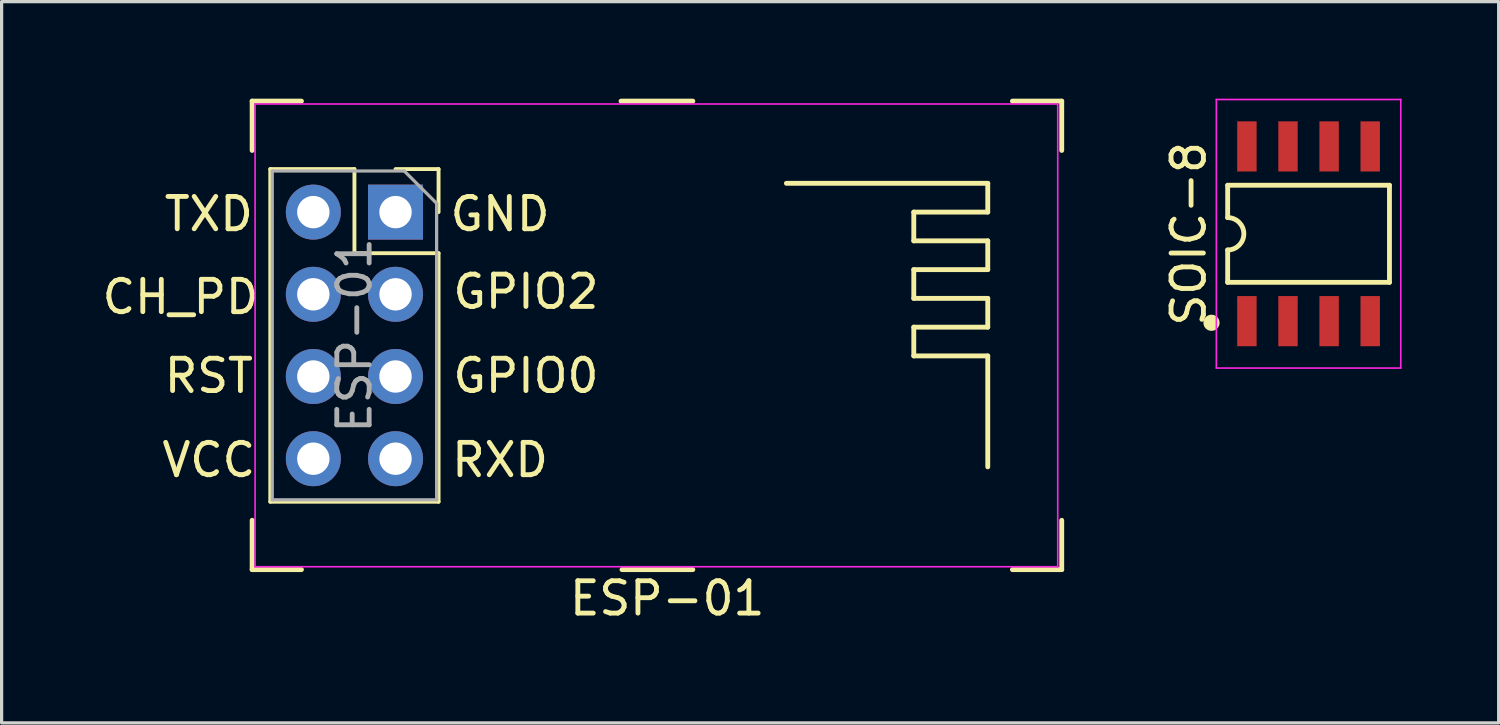
<source format=kicad_pcb>
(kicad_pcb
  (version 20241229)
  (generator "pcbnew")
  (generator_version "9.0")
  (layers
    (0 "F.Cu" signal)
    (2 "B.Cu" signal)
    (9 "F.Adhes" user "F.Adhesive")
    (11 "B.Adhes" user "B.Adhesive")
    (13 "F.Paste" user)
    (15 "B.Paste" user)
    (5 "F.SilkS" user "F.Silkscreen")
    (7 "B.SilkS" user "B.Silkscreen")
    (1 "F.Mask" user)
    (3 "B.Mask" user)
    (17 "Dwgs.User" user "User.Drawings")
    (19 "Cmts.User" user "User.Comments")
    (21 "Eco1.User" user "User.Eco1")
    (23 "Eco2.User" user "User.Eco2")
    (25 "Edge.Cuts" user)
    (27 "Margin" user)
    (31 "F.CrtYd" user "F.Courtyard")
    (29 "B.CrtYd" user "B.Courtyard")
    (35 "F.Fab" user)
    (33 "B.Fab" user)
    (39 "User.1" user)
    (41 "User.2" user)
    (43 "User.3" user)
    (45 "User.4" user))
  (footprint "SOIC-8"
    (layer "F.Cu")
    (at 37.389 4.175)
    (property "Reference" "SOIC-8" (at -3.705 0 90) (layer "F.SilkS") (effects (font (size 1 1) (thickness 0.15))))
    (attr smd)
    (fp_line (start -2.5 -1.5) (end 2.5 -1.5) (stroke (width 0.15) (type solid)) (layer "F.SilkS"))
    (fp_line (start -2.5 -0.5) (end -2.5 -1.5) (stroke (width 0.15) (type solid)) (layer "F.SilkS"))
    (fp_line (start -2.5 1.5) (end -2.5 0.5) (stroke (width 0.15) (type solid)) (layer "F.SilkS"))
    (fp_line (start 2.5 -1.5) (end 2.5 1.5) (stroke (width 0.15) (type solid)) (layer "F.SilkS"))
    (fp_line (start 2.5 1.5) (end -2.5 1.5) (stroke (width 0.15) (type solid)) (layer "F.SilkS"))
    (fp_arc (start -2.5 -0.5) (mid -2 0) (end -2.5 0.5) (stroke (width 0.15) (type solid)) (layer "F.SilkS"))
    (fp_circle (center -3 2.75) (end -2.875 2.75) (stroke (width 0.25) (type solid)) (fill no) (layer "F.SilkS"))
    (fp_line (start -2.85 -4.15) (end 2.85 -4.15) (stroke (width 0.05) (type solid)) (layer "F.CrtYd"))
    (fp_line (start -2.85 4.15) (end -2.85 -4.15) (stroke (width 0.05) (type solid)) (layer "F.CrtYd"))
    (fp_line (start 2.85 -4.15) (end 2.85 4.15) (stroke (width 0.05) (type solid)) (layer "F.CrtYd"))
    (fp_line (start 2.85 4.15) (end -2.85 4.15) (stroke (width 0.05) (type solid)) (layer "F.CrtYd"))
    (pad "1" smd rect (at -1.905 2.7) (size 0.6 1.55) (layers "F.Cu" "F.Mask" "F.Paste"))
    (pad "2" smd rect (at -0.635 2.7) (size 0.6 1.55) (layers "F.Cu" "F.Mask" "F.Paste"))
    (pad "3" smd rect (at 0.635 2.7) (size 0.6 1.55) (layers "F.Cu" "F.Mask" "F.Paste"))
    (pad "4" smd rect (at 1.905 2.7) (size 0.6 1.55) (layers "F.Cu" "F.Mask" "F.Paste"))
    (pad "5" smd rect (at 1.905 -2.7) (size 0.6 1.55) (layers "F.Cu" "F.Mask" "F.Paste"))
    (pad "6" smd rect (at 0.635 -2.7) (size 0.6 1.55) (layers "F.Cu" "F.Mask" "F.Paste"))
    (pad "7" smd rect (at -0.635 -2.7) (size 0.6 1.55) (layers "F.Cu" "F.Mask" "F.Paste"))
    (pad "8" smd rect (at -1.905 -2.7) (size 0.6 1.55) (layers "F.Cu" "F.Mask" "F.Paste")))
  (footprint "ESP-01"
    (layer "F.Cu")
    (at 7.917 7.314)
    (property "Reference" "ESP-01" (at 9.652 8.128 0) (layer "F.SilkS") (effects (font (size 1 1) (thickness 0.15))))
    (attr through_hole)
    (fp_line (start -3.175 -7.239) (end -3.175 -5.715) (stroke (width 0.15) (type solid)) (layer "F.SilkS"))
    (fp_line (start -3.175 5.715) (end -3.175 7.239) (stroke (width 0.15) (type solid)) (layer "F.SilkS"))
    (fp_line (start -3.175 7.239) (end -1.651 7.239) (stroke (width 0.15) (type solid)) (layer "F.SilkS"))
    (fp_line (start -2.614 -5.139) (end -2.614 5.141) (stroke (width 0.12) (type solid)) (layer "F.SilkS"))
    (fp_line (start -2.614 -5.139) (end -0.014 -5.139) (stroke (width 0.12) (type solid)) (layer "F.SilkS"))
    (fp_line (start -2.614 5.141) (end 2.586 5.141) (stroke (width 0.12) (type solid)) (layer "F.SilkS"))
    (fp_line (start -1.651 -7.239) (end -3.175 -7.239) (stroke (width 0.15) (type solid)) (layer "F.SilkS"))
    (fp_line (start -0.014 -5.139) (end -0.014 -2.539) (stroke (width 0.12) (type solid)) (layer "F.SilkS"))
    (fp_line (start -0.014 -2.539) (end 2.586 -2.539) (stroke (width 0.12) (type solid)) (layer "F.SilkS"))
    (fp_line (start 1.256 -5.139) (end 2.586 -5.139) (stroke (width 0.12) (type solid)) (layer "F.SilkS"))
    (fp_line (start 2.586 -5.139) (end 2.586 -3.809) (stroke (width 0.12) (type solid)) (layer "F.SilkS"))
    (fp_line (start 2.586 -2.539) (end 2.586 5.141) (stroke (width 0.12) (type solid)) (layer "F.SilkS"))
    (fp_line (start 10.444 -7.239) (end 8.225 -7.239) (stroke (width 0.15) (type solid)) (layer "F.SilkS"))
    (fp_line (start 10.444 7.239) (end 8.255 7.239) (stroke (width 0.15) (type solid)) (layer "F.SilkS"))
    (fp_line (start 13.335 -4.699) (end 19.558 -4.699) (stroke (width 0.15) (type solid)) (layer "F.SilkS"))
    (fp_line (start 17.272 -3.81) (end 17.272 -2.921) (stroke (width 0.15) (type solid)) (layer "F.SilkS"))
    (fp_line (start 17.272 -2.921) (end 19.558 -2.921) (stroke (width 0.15) (type solid)) (layer "F.SilkS"))
    (fp_line (start 17.272 -2.032) (end 19.558 -2.032) (stroke (width 0.15) (type solid)) (layer "F.SilkS"))
    (fp_line (start 17.272 -1.143) (end 17.272 -2.032) (stroke (width 0.15) (type solid)) (layer "F.SilkS"))
    (fp_line (start 17.272 -1.143) (end 19.558 -1.143) (stroke (width 0.15) (type solid)) (layer "F.SilkS"))
    (fp_line (start 17.272 -0.254) (end 17.272 0.635) (stroke (width 0.15) (type solid)) (layer "F.SilkS"))
    (fp_line (start 17.272 -0.254) (end 19.558 -0.254) (stroke (width 0.15) (type solid)) (layer "F.SilkS"))
    (fp_line (start 19.558 -4.699) (end 19.558 -3.81) (stroke (width 0.15) (type solid)) (layer "F.SilkS"))
    (fp_line (start 19.558 -3.81) (end 17.272 -3.81) (stroke (width 0.15) (type solid)) (layer "F.SilkS"))
    (fp_line (start 19.558 -2.032) (end 19.558 -2.921) (stroke (width 0.15) (type solid)) (layer "F.SilkS"))
    (fp_line (start 19.558 -0.254) (end 19.558 -1.143) (stroke (width 0.15) (type solid)) (layer "F.SilkS"))
    (fp_line (start 19.558 0.635) (end 17.272 0.635) (stroke (width 0.15) (type solid)) (layer "F.SilkS"))
    (fp_line (start 19.558 0.635) (end 19.558 4.064) (stroke (width 0.15) (type solid)) (layer "F.SilkS"))
    (fp_line (start 20.32 7.239) (end 21.844 7.239) (stroke (width 0.15) (type solid)) (layer "F.SilkS"))
    (fp_line (start 21.844 -7.239) (end 20.32 -7.239) (stroke (width 0.15) (type solid)) (layer "F.SilkS"))
    (fp_line (start 21.844 -5.715) (end 21.844 -7.239) (stroke (width 0.15) (type solid)) (layer "F.SilkS"))
    (fp_line (start 21.844 7.239) (end 21.844 5.715) (stroke (width 0.15) (type solid)) (layer "F.SilkS"))
    (fp_line (start -3.084 -7.15) (end 21.72 -7.15) (stroke (width 0.05) (type solid)) (layer "F.CrtYd"))
    (fp_line (start -3.084 7.15) (end -3.084 -7.15) (stroke (width 0.05) (type solid)) (layer "F.CrtYd"))
    (fp_line (start -3.084 7.15) (end 21.72 7.15) (stroke (width 0.05) (type solid)) (layer "F.CrtYd"))
    (fp_line (start 21.72 -7.15) (end 21.72 7.15) (stroke (width 0.05) (type solid)) (layer "F.CrtYd"))
    (fp_line (start -2.554 -5.079) (end 1.526 -5.079) (stroke (width 0.1) (type solid)) (layer "F.Fab"))
    (fp_line (start -2.554 5.081) (end -2.554 -5.079) (stroke (width 0.1) (type solid)) (layer "F.Fab"))
    (fp_line (start 1.526 -5.079) (end 2.526 -4.079) (stroke (width 0.1) (type solid)) (layer "F.Fab"))
    (fp_line (start 2.526 -4.079) (end 2.526 5.081) (stroke (width 0.1) (type solid)) (layer "F.Fab"))
    (fp_line (start 2.526 5.081) (end -2.554 5.081) (stroke (width 0.1) (type solid)) (layer "F.Fab"))
    (fp_text user "RST" (at -4.514 1.251 0) (layer "F.SilkS") (effects (font (size 1 1) (thickness 0.15))))
    (fp_text user "GPIO2" (at 5.286 -1.349 0) (layer "F.SilkS") (effects (font (size 1 1) (thickness 0.15))))
    (fp_text user "TXD" (at -4.514 -3.749 0) (layer "F.SilkS") (effects (font (size 1 1) (thickness 0.15))))
    (fp_text user "GND" (at 4.486 -3.749 0) (layer "F.SilkS") (effects (font (size 1 1) (thickness 0.15))))
    (fp_text user "GPIO0" (at 5.286 1.251 0) (layer "F.SilkS") (effects (font (size 1 1) (thickness 0.15))))
    (fp_text user "RXD" (at 4.486 3.851 0) (layer "F.SilkS") (effects (font (size 1 1) (thickness 0.15))))
    (fp_text user "CH_PD" (at -5.387 -1.187 0) (layer "F.SilkS") (effects (font (size 1 1) (thickness 0.15))))
    (fp_text user "VCC" (at -4.514 3.851 0) (layer "F.SilkS") (effects (font (size 1 1) (thickness 0.15))))
    (fp_text user "${REFERENCE}" (at -0.014 0.001 90) (layer "F.Fab") (effects (font (size 1 1) (thickness 0.15))))
    (pad "1" thru_hole rect (at 1.256 -3.809) (size 1.7 1.7) (drill 1) (layers "*.Cu" "*.Mask"))
    (pad "2" thru_hole oval (at 1.256 -1.269) (size 1.7 1.7) (drill 1) (layers "*.Cu" "*.Mask"))
    (pad "3" thru_hole oval (at 1.256 1.271) (size 1.7 1.7) (drill 1) (layers "*.Cu" "*.Mask"))
    (pad "4" thru_hole oval (at 1.256 3.811) (size 1.7 1.7) (drill 1) (layers "*.Cu" "*.Mask"))
    (pad "5" thru_hole oval (at -1.284 3.811) (size 1.7 1.7) (drill 1) (layers "*.Cu" "*.Mask"))
    (pad "6" thru_hole oval (at -1.284 1.271) (size 1.7 1.7) (drill 1) (layers "*.Cu" "*.Mask"))
    (pad "7" thru_hole oval (at -1.284 -1.269) (size 1.7 1.7) (drill 1) (layers "*.Cu" "*.Mask"))
    (pad "8" thru_hole oval (at -1.284 -3.809) (size 1.7 1.7) (drill 1) (layers "*.Cu" "*.Mask")))
  (gr_rect
    (start -3 -3)
    (end 43.264 19.29)
    (stroke (width 0.1) (type default))
    (fill no)
    (layer "Edge.Cuts")))
</source>
